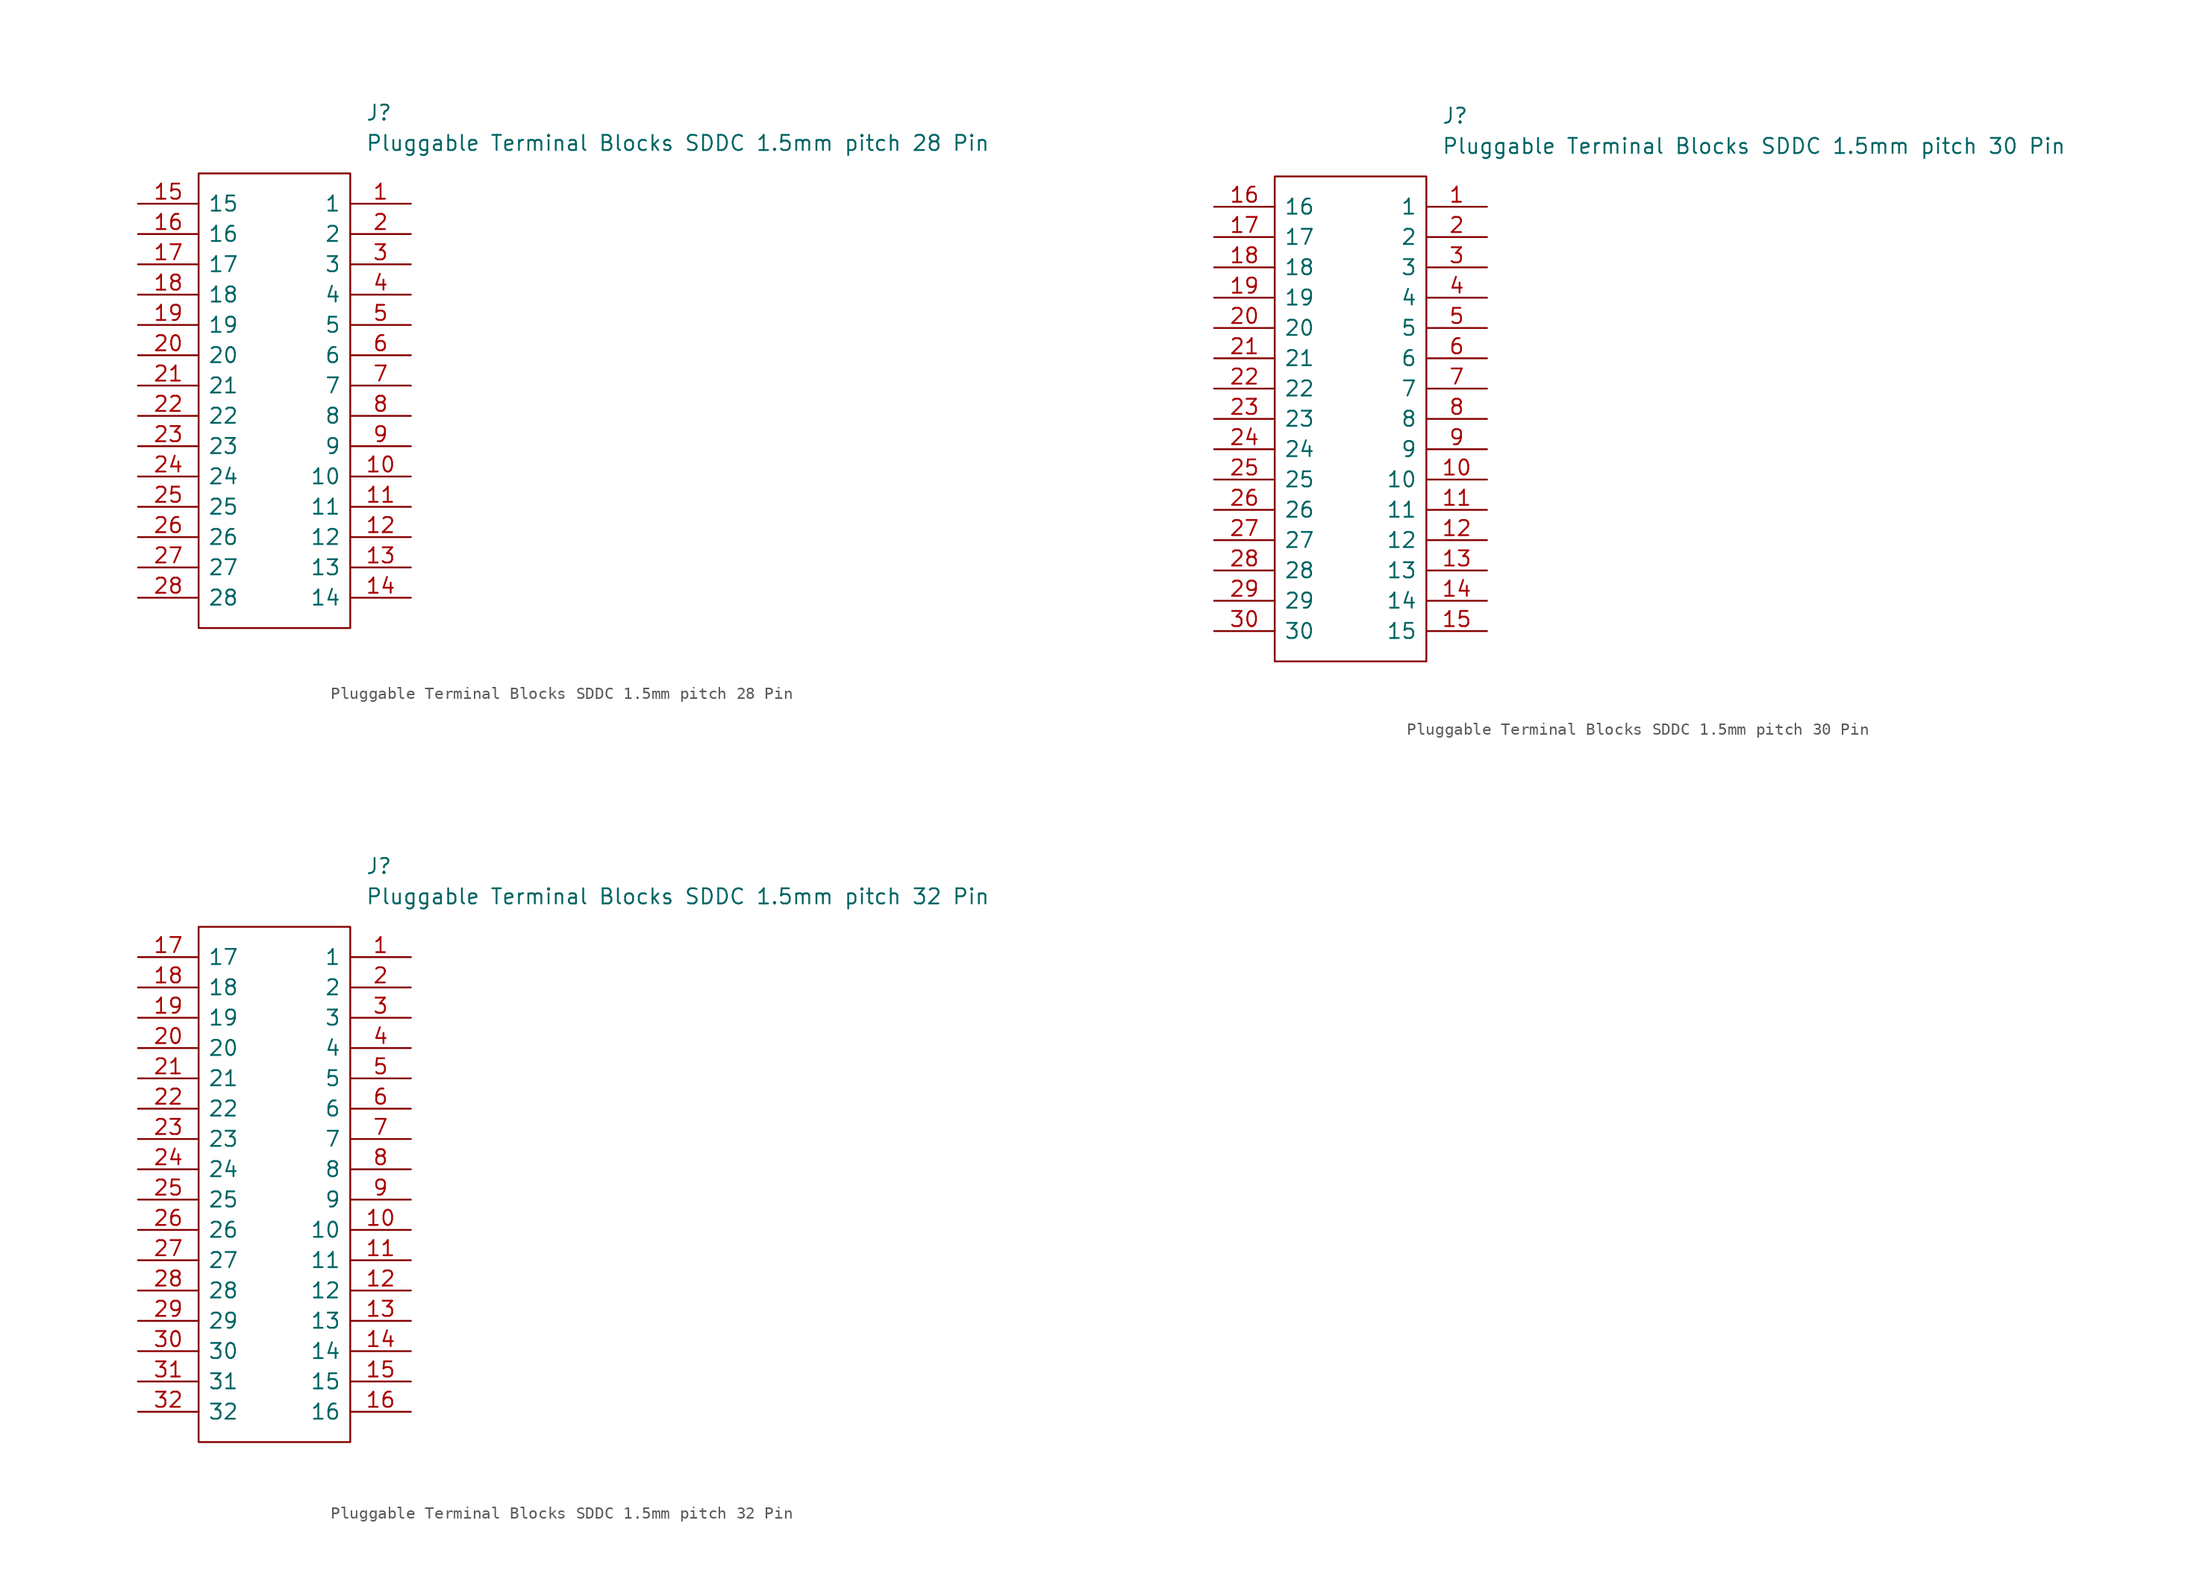
<source format=kicad_sym>
(kicad_symbol_lib
  (version 20211014)
  (generator kicad_symbol_editor)
  (symbol "Pluggable Terminal Blocks SDDC 1.5mm pitch 28 Pin"
    (pin_names
      (offset 0.762))
    (property "Reference" "J"
      (at 19.05 7.62 0)
      (effects (font (size 1.27 1.27)) (justify left)))
    (property "Value" "Pluggable Terminal Blocks SDDC 1.5mm pitch 28 Pin"
      (at 19.05 5.08 0)
      (effects (font (size 1.27 1.27)) (justify left)))
    (symbol "Pluggable Terminal Blocks SDDC 1.5mm pitch 28 Pin_0_0"
      (pin passive line (at 22.86 0 180) (length 5.08) (name "1" (effects (font (size 1.27 1.27)))) (number "1" (effects (font (size 1.27 1.27)))))
      (pin passive line (at 22.86 -22.86 180) (length 5.08) (name "10" (effects (font (size 1.27 1.27)))) (number "10" (effects (font (size 1.27 1.27)))))
      (pin passive line (at 22.86 -25.4 180) (length 5.08) (name "11" (effects (font (size 1.27 1.27)))) (number "11" (effects (font (size 1.27 1.27)))))
      (pin passive line (at 22.86 -27.94 180) (length 5.08) (name "12" (effects (font (size 1.27 1.27)))) (number "12" (effects (font (size 1.27 1.27)))))
      (pin passive line (at 22.86 -30.48 180) (length 5.08) (name "13" (effects (font (size 1.27 1.27)))) (number "13" (effects (font (size 1.27 1.27)))))
      (pin passive line (at 22.86 -33.02 180) (length 5.08) (name "14" (effects (font (size 1.27 1.27)))) (number "14" (effects (font (size 1.27 1.27)))))
      (pin passive line (at 0 0 0) (length 5.08) (name "15" (effects (font (size 1.27 1.27)))) (number "15" (effects (font (size 1.27 1.27)))))
      (pin passive line (at 0 -2.54 0) (length 5.08) (name "16" (effects (font (size 1.27 1.27)))) (number "16" (effects (font (size 1.27 1.27)))))
      (pin passive line (at 0 -5.08 0) (length 5.08) (name "17" (effects (font (size 1.27 1.27)))) (number "17" (effects (font (size 1.27 1.27)))))
      (pin passive line (at 0 -7.62 0) (length 5.08) (name "18" (effects (font (size 1.27 1.27)))) (number "18" (effects (font (size 1.27 1.27)))))
      (pin passive line (at 0 -10.16 0) (length 5.08) (name "19" (effects (font (size 1.27 1.27)))) (number "19" (effects (font (size 1.27 1.27)))))
      (pin passive line (at 22.86 -2.54 180) (length 5.08) (name "2" (effects (font (size 1.27 1.27)))) (number "2" (effects (font (size 1.27 1.27)))))
      (pin passive line (at 0 -12.7 0) (length 5.08) (name "20" (effects (font (size 1.27 1.27)))) (number "20" (effects (font (size 1.27 1.27)))))
      (pin passive line (at 0 -15.24 0) (length 5.08) (name "21" (effects (font (size 1.27 1.27)))) (number "21" (effects (font (size 1.27 1.27)))))
      (pin passive line (at 0 -17.78 0) (length 5.08) (name "22" (effects (font (size 1.27 1.27)))) (number "22" (effects (font (size 1.27 1.27)))))
      (pin passive line (at 0 -20.32 0) (length 5.08) (name "23" (effects (font (size 1.27 1.27)))) (number "23" (effects (font (size 1.27 1.27)))))
      (pin passive line (at 0 -22.86 0) (length 5.08) (name "24" (effects (font (size 1.27 1.27)))) (number "24" (effects (font (size 1.27 1.27)))))
      (pin passive line (at 0 -25.4 0) (length 5.08) (name "25" (effects (font (size 1.27 1.27)))) (number "25" (effects (font (size 1.27 1.27)))))
      (pin passive line (at 0 -27.94 0) (length 5.08) (name "26" (effects (font (size 1.27 1.27)))) (number "26" (effects (font (size 1.27 1.27)))))
      (pin passive line (at 0 -30.48 0) (length 5.08) (name "27" (effects (font (size 1.27 1.27)))) (number "27" (effects (font (size 1.27 1.27)))))
      (pin passive line (at 0 -33.02 0) (length 5.08) (name "28" (effects (font (size 1.27 1.27)))) (number "28" (effects (font (size 1.27 1.27)))))
      (pin passive line (at 22.86 -5.08 180) (length 5.08) (name "3" (effects (font (size 1.27 1.27)))) (number "3" (effects (font (size 1.27 1.27)))))
      (pin passive line (at 22.86 -7.62 180) (length 5.08) (name "4" (effects (font (size 1.27 1.27)))) (number "4" (effects (font (size 1.27 1.27)))))
      (pin passive line (at 22.86 -10.16 180) (length 5.08) (name "5" (effects (font (size 1.27 1.27)))) (number "5" (effects (font (size 1.27 1.27)))))
      (pin passive line (at 22.86 -12.7 180) (length 5.08) (name "6" (effects (font (size 1.27 1.27)))) (number "6" (effects (font (size 1.27 1.27)))))
      (pin passive line (at 22.86 -15.24 180) (length 5.08) (name "7" (effects (font (size 1.27 1.27)))) (number "7" (effects (font (size 1.27 1.27)))))
      (pin passive line (at 22.86 -17.78 180) (length 5.08) (name "8" (effects (font (size 1.27 1.27)))) (number "8" (effects (font (size 1.27 1.27)))))
      (pin passive line (at 22.86 -20.32 180) (length 5.08) (name "9" (effects (font (size 1.27 1.27)))) (number "9" (effects (font (size 1.27 1.27))))))
    (symbol "Pluggable Terminal Blocks SDDC 1.5mm pitch 28 Pin_0_1"
      (polyline (pts (xy 5.08 2.54) (xy 17.78 2.54) (xy 17.78 -35.56) (xy 5.08 -35.56) (xy 5.08 2.54)) (stroke (width 0.152) (type default) (color 0 0 0 0)) (fill (type none)))))
  (symbol "Pluggable Terminal Blocks SDDC 1.5mm pitch 30 Pin"
    (pin_names
      (offset 0.762))
    (property "Reference" "J"
      (at 19.05 7.62 0)
      (effects (font (size 1.27 1.27)) (justify left)))
    (property "Value" "Pluggable Terminal Blocks SDDC 1.5mm pitch 30 Pin"
      (at 19.05 5.08 0)
      (effects (font (size 1.27 1.27)) (justify left)))
    (symbol "Pluggable Terminal Blocks SDDC 1.5mm pitch 30 Pin_0_0"
      (pin passive line (at 22.86 0 180) (length 5.08) (name "1" (effects (font (size 1.27 1.27)))) (number "1" (effects (font (size 1.27 1.27)))))
      (pin passive line (at 22.86 -22.86 180) (length 5.08) (name "10" (effects (font (size 1.27 1.27)))) (number "10" (effects (font (size 1.27 1.27)))))
      (pin passive line (at 22.86 -25.4 180) (length 5.08) (name "11" (effects (font (size 1.27 1.27)))) (number "11" (effects (font (size 1.27 1.27)))))
      (pin passive line (at 22.86 -27.94 180) (length 5.08) (name "12" (effects (font (size 1.27 1.27)))) (number "12" (effects (font (size 1.27 1.27)))))
      (pin passive line (at 22.86 -30.48 180) (length 5.08) (name "13" (effects (font (size 1.27 1.27)))) (number "13" (effects (font (size 1.27 1.27)))))
      (pin passive line (at 22.86 -33.02 180) (length 5.08) (name "14" (effects (font (size 1.27 1.27)))) (number "14" (effects (font (size 1.27 1.27)))))
      (pin passive line (at 22.86 -35.56 180) (length 5.08) (name "15" (effects (font (size 1.27 1.27)))) (number "15" (effects (font (size 1.27 1.27)))))
      (pin passive line (at 0 0 0) (length 5.08) (name "16" (effects (font (size 1.27 1.27)))) (number "16" (effects (font (size 1.27 1.27)))))
      (pin passive line (at 0 -2.54 0) (length 5.08) (name "17" (effects (font (size 1.27 1.27)))) (number "17" (effects (font (size 1.27 1.27)))))
      (pin passive line (at 0 -5.08 0) (length 5.08) (name "18" (effects (font (size 1.27 1.27)))) (number "18" (effects (font (size 1.27 1.27)))))
      (pin passive line (at 0 -7.62 0) (length 5.08) (name "19" (effects (font (size 1.27 1.27)))) (number "19" (effects (font (size 1.27 1.27)))))
      (pin passive line (at 22.86 -2.54 180) (length 5.08) (name "2" (effects (font (size 1.27 1.27)))) (number "2" (effects (font (size 1.27 1.27)))))
      (pin passive line (at 0 -10.16 0) (length 5.08) (name "20" (effects (font (size 1.27 1.27)))) (number "20" (effects (font (size 1.27 1.27)))))
      (pin passive line (at 0 -12.7 0) (length 5.08) (name "21" (effects (font (size 1.27 1.27)))) (number "21" (effects (font (size 1.27 1.27)))))
      (pin passive line (at 0 -15.24 0) (length 5.08) (name "22" (effects (font (size 1.27 1.27)))) (number "22" (effects (font (size 1.27 1.27)))))
      (pin passive line (at 0 -17.78 0) (length 5.08) (name "23" (effects (font (size 1.27 1.27)))) (number "23" (effects (font (size 1.27 1.27)))))
      (pin passive line (at 0 -20.32 0) (length 5.08) (name "24" (effects (font (size 1.27 1.27)))) (number "24" (effects (font (size 1.27 1.27)))))
      (pin passive line (at 0 -22.86 0) (length 5.08) (name "25" (effects (font (size 1.27 1.27)))) (number "25" (effects (font (size 1.27 1.27)))))
      (pin passive line (at 0 -25.4 0) (length 5.08) (name "26" (effects (font (size 1.27 1.27)))) (number "26" (effects (font (size 1.27 1.27)))))
      (pin passive line (at 0 -27.94 0) (length 5.08) (name "27" (effects (font (size 1.27 1.27)))) (number "27" (effects (font (size 1.27 1.27)))))
      (pin passive line (at 0 -30.48 0) (length 5.08) (name "28" (effects (font (size 1.27 1.27)))) (number "28" (effects (font (size 1.27 1.27)))))
      (pin passive line (at 0 -33.02 0) (length 5.08) (name "29" (effects (font (size 1.27 1.27)))) (number "29" (effects (font (size 1.27 1.27)))))
      (pin passive line (at 22.86 -5.08 180) (length 5.08) (name "3" (effects (font (size 1.27 1.27)))) (number "3" (effects (font (size 1.27 1.27)))))
      (pin passive line (at 0 -35.56 0) (length 5.08) (name "30" (effects (font (size 1.27 1.27)))) (number "30" (effects (font (size 1.27 1.27)))))
      (pin passive line (at 22.86 -7.62 180) (length 5.08) (name "4" (effects (font (size 1.27 1.27)))) (number "4" (effects (font (size 1.27 1.27)))))
      (pin passive line (at 22.86 -10.16 180) (length 5.08) (name "5" (effects (font (size 1.27 1.27)))) (number "5" (effects (font (size 1.27 1.27)))))
      (pin passive line (at 22.86 -12.7 180) (length 5.08) (name "6" (effects (font (size 1.27 1.27)))) (number "6" (effects (font (size 1.27 1.27)))))
      (pin passive line (at 22.86 -15.24 180) (length 5.08) (name "7" (effects (font (size 1.27 1.27)))) (number "7" (effects (font (size 1.27 1.27)))))
      (pin passive line (at 22.86 -17.78 180) (length 5.08) (name "8" (effects (font (size 1.27 1.27)))) (number "8" (effects (font (size 1.27 1.27)))))
      (pin passive line (at 22.86 -20.32 180) (length 5.08) (name "9" (effects (font (size 1.27 1.27)))) (number "9" (effects (font (size 1.27 1.27))))))
    (symbol "Pluggable Terminal Blocks SDDC 1.5mm pitch 30 Pin_0_1"
      (polyline (pts (xy 5.08 2.54) (xy 17.78 2.54) (xy 17.78 -38.1) (xy 5.08 -38.1) (xy 5.08 2.54)) (stroke (width 0.152) (type default) (color 0 0 0 0)) (fill (type none)))))
  (symbol "Pluggable Terminal Blocks SDDC 1.5mm pitch 32 Pin"
    (pin_names
      (offset 0.762))
    (property "Reference" "J"
      (at 19.05 7.62 0)
      (effects (font (size 1.27 1.27)) (justify left)))
    (property "Value" "Pluggable Terminal Blocks SDDC 1.5mm pitch 32 Pin"
      (at 19.05 5.08 0)
      (effects (font (size 1.27 1.27)) (justify left)))
    (symbol "Pluggable Terminal Blocks SDDC 1.5mm pitch 32 Pin_0_0"
      (pin passive line (at 22.86 0 180) (length 5.08) (name "1" (effects (font (size 1.27 1.27)))) (number "1" (effects (font (size 1.27 1.27)))))
      (pin passive line (at 22.86 -22.86 180) (length 5.08) (name "10" (effects (font (size 1.27 1.27)))) (number "10" (effects (font (size 1.27 1.27)))))
      (pin passive line (at 22.86 -25.4 180) (length 5.08) (name "11" (effects (font (size 1.27 1.27)))) (number "11" (effects (font (size 1.27 1.27)))))
      (pin passive line (at 22.86 -27.94 180) (length 5.08) (name "12" (effects (font (size 1.27 1.27)))) (number "12" (effects (font (size 1.27 1.27)))))
      (pin passive line (at 22.86 -30.48 180) (length 5.08) (name "13" (effects (font (size 1.27 1.27)))) (number "13" (effects (font (size 1.27 1.27)))))
      (pin passive line (at 22.86 -33.02 180) (length 5.08) (name "14" (effects (font (size 1.27 1.27)))) (number "14" (effects (font (size 1.27 1.27)))))
      (pin passive line (at 22.86 -35.56 180) (length 5.08) (name "15" (effects (font (size 1.27 1.27)))) (number "15" (effects (font (size 1.27 1.27)))))
      (pin passive line (at 22.86 -38.1 180) (length 5.08) (name "16" (effects (font (size 1.27 1.27)))) (number "16" (effects (font (size 1.27 1.27)))))
      (pin passive line (at 0 0 0) (length 5.08) (name "17" (effects (font (size 1.27 1.27)))) (number "17" (effects (font (size 1.27 1.27)))))
      (pin passive line (at 0 -2.54 0) (length 5.08) (name "18" (effects (font (size 1.27 1.27)))) (number "18" (effects (font (size 1.27 1.27)))))
      (pin passive line (at 0 -5.08 0) (length 5.08) (name "19" (effects (font (size 1.27 1.27)))) (number "19" (effects (font (size 1.27 1.27)))))
      (pin passive line (at 22.86 -2.54 180) (length 5.08) (name "2" (effects (font (size 1.27 1.27)))) (number "2" (effects (font (size 1.27 1.27)))))
      (pin passive line (at 0 -7.62 0) (length 5.08) (name "20" (effects (font (size 1.27 1.27)))) (number "20" (effects (font (size 1.27 1.27)))))
      (pin passive line (at 0 -10.16 0) (length 5.08) (name "21" (effects (font (size 1.27 1.27)))) (number "21" (effects (font (size 1.27 1.27)))))
      (pin passive line (at 0 -12.7 0) (length 5.08) (name "22" (effects (font (size 1.27 1.27)))) (number "22" (effects (font (size 1.27 1.27)))))
      (pin passive line (at 0 -15.24 0) (length 5.08) (name "23" (effects (font (size 1.27 1.27)))) (number "23" (effects (font (size 1.27 1.27)))))
      (pin passive line (at 0 -17.78 0) (length 5.08) (name "24" (effects (font (size 1.27 1.27)))) (number "24" (effects (font (size 1.27 1.27)))))
      (pin passive line (at 0 -20.32 0) (length 5.08) (name "25" (effects (font (size 1.27 1.27)))) (number "25" (effects (font (size 1.27 1.27)))))
      (pin passive line (at 0 -22.86 0) (length 5.08) (name "26" (effects (font (size 1.27 1.27)))) (number "26" (effects (font (size 1.27 1.27)))))
      (pin passive line (at 0 -25.4 0) (length 5.08) (name "27" (effects (font (size 1.27 1.27)))) (number "27" (effects (font (size 1.27 1.27)))))
      (pin passive line (at 0 -27.94 0) (length 5.08) (name "28" (effects (font (size 1.27 1.27)))) (number "28" (effects (font (size 1.27 1.27)))))
      (pin passive line (at 0 -30.48 0) (length 5.08) (name "29" (effects (font (size 1.27 1.27)))) (number "29" (effects (font (size 1.27 1.27)))))
      (pin passive line (at 22.86 -5.08 180) (length 5.08) (name "3" (effects (font (size 1.27 1.27)))) (number "3" (effects (font (size 1.27 1.27)))))
      (pin passive line (at 0 -33.02 0) (length 5.08) (name "30" (effects (font (size 1.27 1.27)))) (number "30" (effects (font (size 1.27 1.27)))))
      (pin passive line (at 0 -35.56 0) (length 5.08) (name "31" (effects (font (size 1.27 1.27)))) (number "31" (effects (font (size 1.27 1.27)))))
      (pin passive line (at 0 -38.1 0) (length 5.08) (name "32" (effects (font (size 1.27 1.27)))) (number "32" (effects (font (size 1.27 1.27)))))
      (pin passive line (at 22.86 -7.62 180) (length 5.08) (name "4" (effects (font (size 1.27 1.27)))) (number "4" (effects (font (size 1.27 1.27)))))
      (pin passive line (at 22.86 -10.16 180) (length 5.08) (name "5" (effects (font (size 1.27 1.27)))) (number "5" (effects (font (size 1.27 1.27)))))
      (pin passive line (at 22.86 -12.7 180) (length 5.08) (name "6" (effects (font (size 1.27 1.27)))) (number "6" (effects (font (size 1.27 1.27)))))
      (pin passive line (at 22.86 -15.24 180) (length 5.08) (name "7" (effects (font (size 1.27 1.27)))) (number "7" (effects (font (size 1.27 1.27)))))
      (pin passive line (at 22.86 -17.78 180) (length 5.08) (name "8" (effects (font (size 1.27 1.27)))) (number "8" (effects (font (size 1.27 1.27)))))
      (pin passive line (at 22.86 -20.32 180) (length 5.08) (name "9" (effects (font (size 1.27 1.27)))) (number "9" (effects (font (size 1.27 1.27))))))
    (symbol "Pluggable Terminal Blocks SDDC 1.5mm pitch 32 Pin_0_1"
      (polyline (pts (xy 5.08 2.54) (xy 17.78 2.54) (xy 17.78 -40.64) (xy 5.08 -40.64) (xy 5.08 2.54)) (stroke (width 0.152) (type default) (color 0 0 0 0)) (fill (type none))))))
</source>
